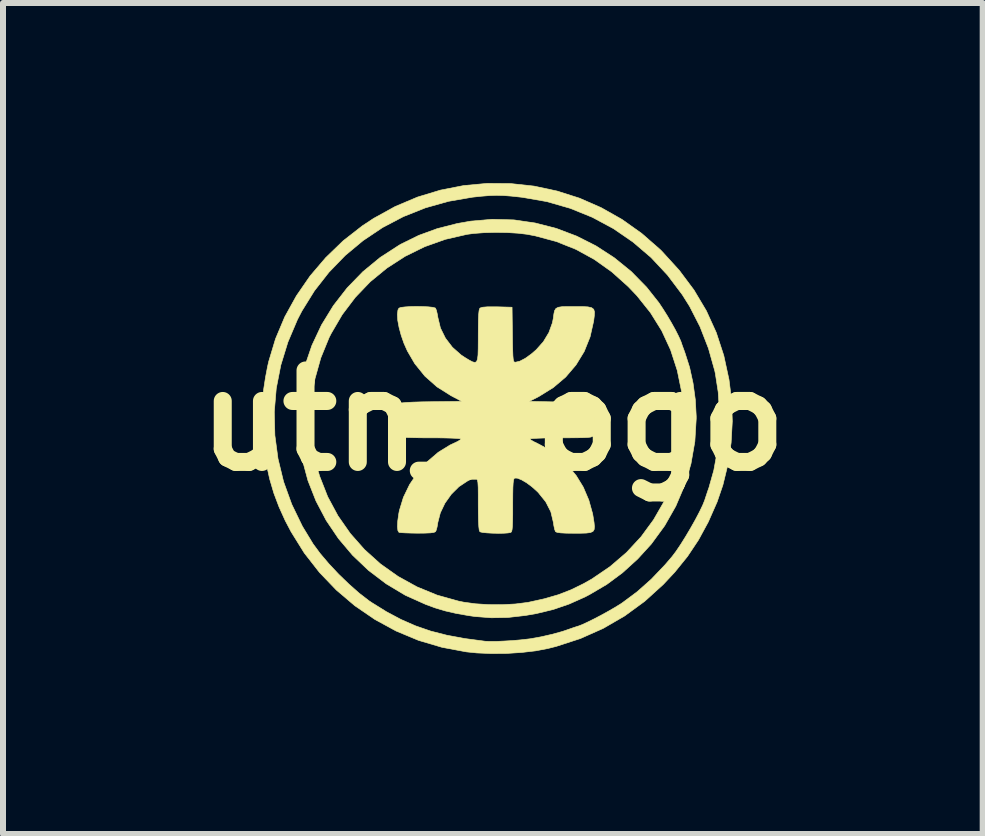
<source format=kicad_pcb>
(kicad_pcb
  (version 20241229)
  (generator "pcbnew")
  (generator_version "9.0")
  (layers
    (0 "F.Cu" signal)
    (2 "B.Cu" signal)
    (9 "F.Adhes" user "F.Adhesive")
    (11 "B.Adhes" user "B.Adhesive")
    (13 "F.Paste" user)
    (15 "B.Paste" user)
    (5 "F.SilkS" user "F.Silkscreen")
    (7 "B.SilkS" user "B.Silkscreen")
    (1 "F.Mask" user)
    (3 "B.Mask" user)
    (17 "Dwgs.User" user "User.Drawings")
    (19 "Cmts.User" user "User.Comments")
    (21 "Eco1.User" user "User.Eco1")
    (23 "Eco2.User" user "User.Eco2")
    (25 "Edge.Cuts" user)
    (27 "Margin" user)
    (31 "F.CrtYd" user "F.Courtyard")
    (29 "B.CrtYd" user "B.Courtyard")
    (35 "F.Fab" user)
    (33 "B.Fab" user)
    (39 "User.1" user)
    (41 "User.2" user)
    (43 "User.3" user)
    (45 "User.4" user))
  (footprint "utn_logo"
    (layer "F.Cu")
    (at 5.16 3.956)
    (property "Reference" "utn_logo" (at 0 0 0) (layer "F.SilkS") (effects (font (size 1.524 1.524) (thickness 0.3))))
    (attr through_hole)
    (fp_poly (pts (xy 0.351 -3.343) (xy 0.707 -3.291) (xy 1.057 -3.201) (xy 1.395 -3.073) (xy 1.718 -2.91) (xy 2.023 -2.712) (xy 2.305 -2.483) (xy 2.561 -2.222) (xy 2.766 -1.963) (xy 2.833 -1.862) (xy 2.906 -1.746) (xy 2.977 -1.625) (xy 3.042 -1.508) (xy 3.094 -1.405) (xy 3.13 -1.325) (xy 3.138 -1.303) (xy 3.155 -1.252) (xy 3.182 -1.179) (xy 3.201 -1.126) (xy 3.277 -0.888) (xy 3.335 -0.623) (xy 3.373 -0.345) (xy 3.388 -0.069) (xy 3.388 -0.033) (xy 3.365 0.349) (xy 3.3 0.721) (xy 3.194 1.081) (xy 3.048 1.425) (xy 2.863 1.751) (xy 2.64 2.056) (xy 2.413 2.305) (xy 2.16 2.535) (xy 1.897 2.73) (xy 1.611 2.898) (xy 1.535 2.938) (xy 1.271 3.056) (xy 1.006 3.147) (xy 0.725 3.215) (xy 0.541 3.247) (xy 0.25 3.28) (xy -0.024 3.285) (xy -0.298 3.264) (xy -0.409 3.248) (xy -0.613 3.212) (xy -0.791 3.171) (xy -0.959 3.121) (xy -1.115 3.064) (xy -1.458 2.91) (xy -1.777 2.719) (xy -2.071 2.496) (xy -2.336 2.244) (xy -2.572 1.965) (xy -2.776 1.663) (xy -2.946 1.34) (xy -3.08 1) (xy -3.176 0.644) (xy -3.232 0.277) (xy -3.244 0.024) (xy -3.035 0.024) (xy -3.009 0.383) (xy -2.941 0.737) (xy -2.885 0.928) (xy -2.751 1.269) (xy -2.58 1.587) (xy -2.374 1.882) (xy -2.137 2.15) (xy -1.871 2.389) (xy -1.579 2.596) (xy -1.264 2.77) (xy -0.928 2.908) (xy -0.574 3.007) (xy -0.486 3.025) (xy -0.29 3.052) (xy -0.07 3.066) (xy 0.158 3.067) (xy 0.379 3.055) (xy 0.575 3.03) (xy 0.598 3.026) (xy 0.86 2.968) (xy 1.091 2.901) (xy 1.305 2.818) (xy 1.513 2.716) (xy 1.649 2.639) (xy 1.952 2.433) (xy 2.226 2.198) (xy 2.469 1.936) (xy 2.678 1.651) (xy 2.854 1.345) (xy 2.993 1.023) (xy 3.095 0.687) (xy 3.158 0.341) (xy 3.18 -0.012) (xy 3.16 -0.369) (xy 3.147 -0.469) (xy 3.072 -0.835) (xy 2.961 -1.177) (xy 2.813 -1.497) (xy 2.626 -1.797) (xy 2.4 -2.08) (xy 2.256 -2.231) (xy 1.979 -2.479) (xy 1.689 -2.685) (xy 1.384 -2.852) (xy 1.059 -2.982) (xy 0.71 -3.076) (xy 0.571 -3.103) (xy 0.42 -3.121) (xy 0.24 -3.132) (xy 0.047 -3.135) (xy -0.145 -3.13) (xy -0.32 -3.117) (xy -0.431 -3.102) (xy -0.792 -3.019) (xy -1.137 -2.896) (xy -1.462 -2.736) (xy -1.764 -2.541) (xy -2.042 -2.313) (xy -2.291 -2.053) (xy -2.509 -1.765) (xy -2.694 -1.449) (xy -2.728 -1.382) (xy -2.866 -1.044) (xy -2.964 -0.694) (xy -3.02 -0.337) (xy -3.035 0.024) (xy -3.244 0.024) (xy -3.247 -0.033) (xy -3.239 -0.247) (xy -3.216 -0.472) (xy -3.182 -0.691) (xy -3.138 -0.885) (xy -3.136 -0.895) (xy -3.014 -1.252) (xy -2.854 -1.593) (xy -2.657 -1.914) (xy -2.427 -2.21) (xy -2.166 -2.479) (xy -1.877 -2.717) (xy -1.562 -2.921) (xy -1.531 -2.939) (xy -1.234 -3.085) (xy -0.925 -3.198) (xy -0.595 -3.282) (xy -0.369 -3.322) (xy -0.009 -3.353) (xy 0.351 -3.343)) (stroke (width 0.01) (type solid)) (fill yes) (layer "F.SilkS"))
    (fp_poly (pts (xy 0.298 -3.948) (xy 0.686 -3.906) (xy 1.069 -3.824) (xy 1.443 -3.705) (xy 1.804 -3.547) (xy 2.151 -3.351) (xy 2.479 -3.118) (xy 2.787 -2.849) (xy 2.818 -2.818) (xy 3.105 -2.503) (xy 3.351 -2.174) (xy 3.557 -1.828) (xy 3.722 -1.465) (xy 3.847 -1.083) (xy 3.934 -0.681) (xy 3.976 -0.344) (xy 3.989 0.011) (xy 3.969 0.372) (xy 3.916 0.73) (xy 3.832 1.074) (xy 3.736 1.355) (xy 3.589 1.688) (xy 3.426 1.988) (xy 3.242 2.264) (xy 3.029 2.527) (xy 2.839 2.73) (xy 2.529 3.011) (xy 2.195 3.255) (xy 1.838 3.462) (xy 1.458 3.631) (xy 1.055 3.762) (xy 0.917 3.797) (xy 0.713 3.836) (xy 0.479 3.863) (xy 0.229 3.879) (xy -0.024 3.881) (xy -0.266 3.871) (xy -0.442 3.853) (xy -0.847 3.777) (xy -1.239 3.661) (xy -1.613 3.505) (xy -1.967 3.312) (xy -2.3 3.084) (xy -2.608 2.822) (xy -2.889 2.529) (xy -3.141 2.206) (xy -3.36 1.854) (xy -3.458 1.668) (xy -3.562 1.438) (xy -3.648 1.21) (xy -3.718 0.973) (xy -3.774 0.719) (xy -3.818 0.44) (xy -3.853 0.125) (xy -3.854 0.11) (xy -3.858 -0.013) (xy -3.853 -0.144) (xy -3.641 -0.144) (xy -3.631 0.247) (xy -3.579 0.636) (xy -3.486 1.019) (xy -3.35 1.395) (xy -3.173 1.761) (xy -2.995 2.054) (xy -2.878 2.213) (xy -2.733 2.384) (xy -2.57 2.558) (xy -2.397 2.725) (xy -2.226 2.876) (xy -2.064 3.001) (xy -2.018 3.032) (xy -1.77 3.186) (xy -1.529 3.314) (xy -1.287 3.42) (xy -1.035 3.507) (xy -0.765 3.576) (xy -0.468 3.631) (xy -0.136 3.675) (xy -0.133 3.676) (xy -0.055 3.679) (xy 0.056 3.679) (xy 0.187 3.673) (xy 0.327 3.665) (xy 0.464 3.653) (xy 0.587 3.639) (xy 0.629 3.634) (xy 0.805 3.602) (xy 0.988 3.56) (xy 1.159 3.513) (xy 1.264 3.477) (xy 1.341 3.45) (xy 1.414 3.426) (xy 1.429 3.422) (xy 1.493 3.397) (xy 1.585 3.354) (xy 1.696 3.299) (xy 1.816 3.236) (xy 1.935 3.17) (xy 2.045 3.106) (xy 2.134 3.051) (xy 2.155 3.037) (xy 2.406 2.85) (xy 2.641 2.641) (xy 2.869 2.402) (xy 2.987 2.264) (xy 3.052 2.178) (xy 3.128 2.065) (xy 3.21 1.934) (xy 3.293 1.794) (xy 3.372 1.654) (xy 3.441 1.523) (xy 3.496 1.409) (xy 3.531 1.322) (xy 3.533 1.314) (xy 3.552 1.257) (xy 3.578 1.178) (xy 3.6 1.116) (xy 3.681 0.828) (xy 3.738 0.514) (xy 3.77 0.185) (xy 3.775 -0.148) (xy 3.754 -0.475) (xy 3.706 -0.785) (xy 3.697 -0.828) (xy 3.592 -1.202) (xy 3.451 -1.564) (xy 3.277 -1.904) (xy 3.155 -2.098) (xy 2.91 -2.423) (xy 2.636 -2.716) (xy 2.334 -2.974) (xy 2.008 -3.198) (xy 1.658 -3.386) (xy 1.288 -3.536) (xy 0.898 -3.648) (xy 0.492 -3.719) (xy 0.465 -3.722) (xy 0.308 -3.739) (xy 0.178 -3.749) (xy 0.061 -3.752) (xy -0.058 -3.748) (xy -0.193 -3.737) (xy -0.342 -3.721) (xy -0.74 -3.652) (xy -1.123 -3.544) (xy -1.49 -3.398) (xy -1.837 -3.216) (xy -2.161 -2.999) (xy -2.46 -2.75) (xy -2.731 -2.47) (xy -2.972 -2.162) (xy -3.18 -1.827) (xy -3.254 -1.685) (xy -3.414 -1.308) (xy -3.532 -0.924) (xy -3.608 -0.536) (xy -3.641 -0.144) (xy -3.853 -0.144) (xy -3.852 -0.168) (xy -3.838 -0.345) (xy -3.816 -0.533) (xy -3.787 -0.721) (xy -3.753 -0.899) (xy -3.734 -0.983) (xy -3.62 -1.362) (xy -3.466 -1.728) (xy -3.273 -2.077) (xy -3.045 -2.408) (xy -2.784 -2.714) (xy -2.493 -2.995) (xy -2.174 -3.244) (xy -1.986 -3.368) (xy -1.627 -3.566) (xy -1.255 -3.723) (xy -0.873 -3.839) (xy -0.485 -3.915) (xy -0.094 -3.951) (xy 0.298 -3.948)) (stroke (width 0.01) (type solid)) (fill yes) (layer "F.SilkS"))
    (fp_poly (pts (xy -1.171 -1.899) (xy -1.078 -1.895) (xy -1.004 -1.887) (xy -0.961 -1.876) (xy -0.955 -1.872) (xy -0.94 -1.836) (xy -0.925 -1.772) (xy -0.916 -1.718) (xy -0.873 -1.541) (xy -0.79 -1.373) (xy -0.674 -1.221) (xy -0.528 -1.092) (xy -0.463 -1.049) (xy -0.392 -1.006) (xy -0.338 -0.978) (xy -0.299 -0.968) (xy -0.272 -0.981) (xy -0.256 -1.021) (xy -0.247 -1.092) (xy -0.244 -1.197) (xy -0.243 -1.341) (xy -0.243 -1.411) (xy -0.242 -1.568) (xy -0.24 -1.687) (xy -0.236 -1.771) (xy -0.23 -1.828) (xy -0.222 -1.861) (xy -0.212 -1.875) (xy -0.171 -1.888) (xy -0.088 -1.895) (xy 0.039 -1.895) (xy 0.069 -1.895) (xy 0.32 -1.888) (xy 0.326 -1.43) (xy 0.328 -1.277) (xy 0.331 -1.162) (xy 0.334 -1.081) (xy 0.339 -1.026) (xy 0.345 -0.994) (xy 0.354 -0.978) (xy 0.367 -0.972) (xy 0.377 -0.972) (xy 0.449 -0.989) (xy 0.541 -1.037) (xy 0.646 -1.113) (xy 0.723 -1.18) (xy 0.842 -1.314) (xy 0.934 -1.467) (xy 0.992 -1.628) (xy 1.007 -1.703) (xy 1.017 -1.779) (xy 1.029 -1.832) (xy 1.051 -1.867) (xy 1.089 -1.887) (xy 1.151 -1.897) (xy 1.244 -1.899) (xy 1.358 -1.899) (xy 1.491 -1.899) (xy 1.584 -1.894) (xy 1.645 -1.88) (xy 1.68 -1.854) (xy 1.693 -1.81) (xy 1.69 -1.745) (xy 1.679 -1.657) (xy 1.62 -1.395) (xy 1.522 -1.151) (xy 1.386 -0.928) (xy 1.214 -0.726) (xy 1.008 -0.551) (xy 0.77 -0.403) (xy 0.744 -0.389) (xy 0.607 -0.32) (xy 1.133 -0.309) (xy 1.303 -0.305) (xy 1.435 -0.301) (xy 1.532 -0.296) (xy 1.6 -0.29) (xy 1.644 -0.283) (xy 1.669 -0.274) (xy 1.679 -0.265) (xy 1.689 -0.226) (xy 1.696 -0.155) (xy 1.699 -0.065) (xy 1.699 0.032) (xy 1.696 0.124) (xy 1.689 0.198) (xy 1.679 0.243) (xy 1.678 0.244) (xy 1.668 0.258) (xy 1.653 0.268) (xy 1.625 0.276) (xy 1.58 0.281) (xy 1.513 0.284) (xy 1.417 0.286) (xy 1.288 0.287) (xy 1.137 0.287) (xy 0.991 0.288) (xy 0.861 0.29) (xy 0.753 0.294) (xy 0.673 0.298) (xy 0.627 0.303) (xy 0.618 0.306) (xy 0.637 0.325) (xy 0.685 0.353) (xy 0.734 0.376) (xy 0.915 0.472) (xy 1.093 0.603) (xy 1.259 0.76) (xy 1.389 0.917) (xy 1.506 1.108) (xy 1.599 1.326) (xy 1.663 1.556) (xy 1.686 1.699) (xy 1.692 1.766) (xy 1.688 1.814) (xy 1.668 1.846) (xy 1.626 1.865) (xy 1.556 1.874) (xy 1.452 1.877) (xy 1.36 1.877) (xy 1.225 1.876) (xy 1.13 1.871) (xy 1.07 1.862) (xy 1.044 1.85) (xy 1.044 1.85) (xy 1.03 1.814) (xy 1.016 1.75) (xy 1.008 1.695) (xy 0.966 1.519) (xy 0.881 1.353) (xy 0.755 1.197) (xy 0.74 1.182) (xy 0.652 1.103) (xy 0.562 1.036) (xy 0.478 0.987) (xy 0.408 0.959) (xy 0.364 0.958) (xy 0.352 0.969) (xy 0.344 0.996) (xy 0.338 1.043) (xy 0.334 1.117) (xy 0.332 1.223) (xy 0.331 1.367) (xy 0.331 1.411) (xy 0.331 1.563) (xy 0.329 1.676) (xy 0.326 1.757) (xy 0.321 1.811) (xy 0.314 1.843) (xy 0.304 1.859) (xy 0.296 1.864) (xy 0.251 1.872) (xy 0.178 1.877) (xy 0.087 1.878) (xy -0.008 1.876) (xy -0.097 1.871) (xy -0.169 1.864) (xy -0.211 1.854) (xy -0.216 1.851) (xy -0.227 1.824) (xy -0.234 1.766) (xy -0.239 1.672) (xy -0.242 1.54) (xy -0.243 1.387) (xy -0.243 1.231) (xy -0.244 1.114) (xy -0.249 1.032) (xy -0.259 0.981) (xy -0.277 0.957) (xy -0.306 0.954) (xy -0.346 0.968) (xy -0.4 0.995) (xy -0.425 1.008) (xy -0.565 1.101) (xy -0.692 1.227) (xy -0.798 1.376) (xy -0.875 1.537) (xy -0.917 1.699) (xy -0.917 1.701) (xy -0.929 1.773) (xy -0.945 1.83) (xy -0.955 1.85) (xy -0.982 1.863) (xy -1.041 1.871) (xy -1.137 1.875) (xy -1.256 1.876) (xy -1.364 1.874) (xy -1.458 1.871) (xy -1.527 1.867) (xy -1.562 1.863) (xy -1.563 1.863) (xy -1.582 1.832) (xy -1.589 1.766) (xy -1.584 1.67) (xy -1.567 1.551) (xy -1.557 1.498) (xy -1.49 1.279) (xy -1.387 1.066) (xy -1.251 0.865) (xy -1.09 0.683) (xy -0.909 0.528) (xy -0.714 0.408) (xy -0.646 0.376) (xy -0.583 0.346) (xy -0.541 0.319) (xy -0.53 0.306) (xy -0.551 0.301) (xy -0.61 0.296) (xy -0.701 0.292) (xy -0.817 0.289) (xy -0.952 0.287) (xy -1.025 0.287) (xy -1.17 0.287) (xy -1.302 0.285) (xy -1.413 0.282) (xy -1.497 0.279) (xy -1.546 0.276) (xy -1.555 0.274) (xy -1.571 0.261) (xy -1.581 0.232) (xy -1.587 0.18) (xy -1.59 0.097) (xy -1.59 0.000342) (xy -1.589 -0.124) (xy -1.583 -0.209) (xy -1.574 -0.261) (xy -1.561 -0.284) (xy -1.527 -0.293) (xy -1.451 -0.301) (xy -1.334 -0.307) (xy -1.177 -0.312) (xy -1.025 -0.314) (xy -0.519 -0.32) (xy -0.699 -0.416) (xy -0.931 -0.562) (xy -1.132 -0.74) (xy -1.301 -0.949) (xy -1.424 -1.16) (xy -1.481 -1.288) (xy -1.527 -1.42) (xy -1.562 -1.55) (xy -1.584 -1.668) (xy -1.59 -1.768) (xy -1.581 -1.842) (xy -1.564 -1.873) (xy -1.53 -1.885) (xy -1.464 -1.893) (xy -1.375 -1.899) (xy -1.274 -1.901) (xy -1.171 -1.899)) (stroke (width 0.01) (type solid)) (fill yes) (layer "F.SilkS")))
  (gr_rect
    (start -3 -3)
    (end 13.32 10.843)
    (stroke (width 0.1) (type default))
    (fill no)
    (layer "Edge.Cuts")))
</source>
